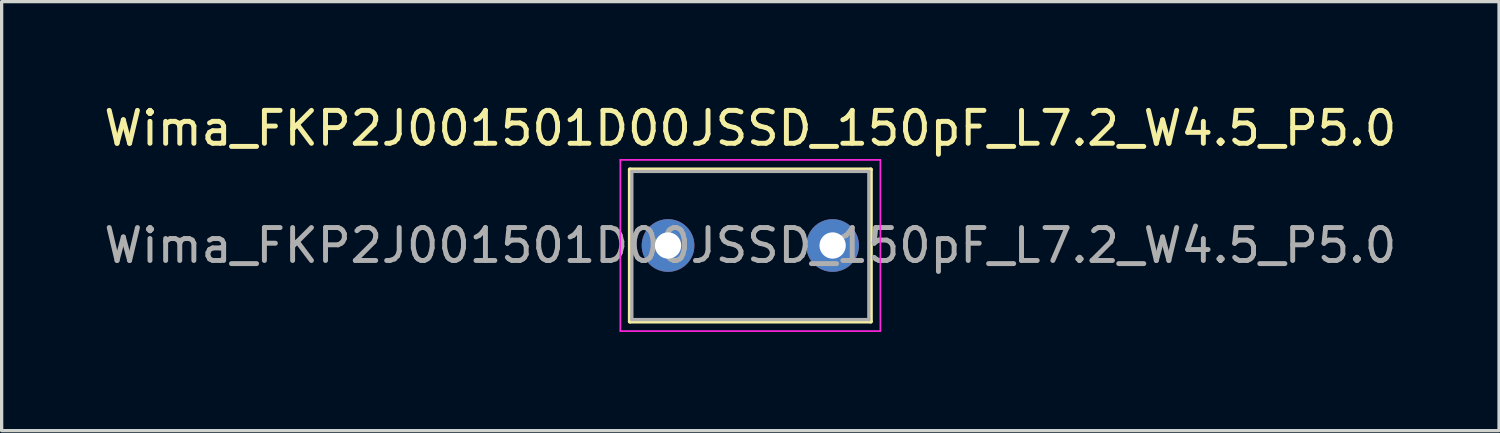
<source format=kicad_pcb>
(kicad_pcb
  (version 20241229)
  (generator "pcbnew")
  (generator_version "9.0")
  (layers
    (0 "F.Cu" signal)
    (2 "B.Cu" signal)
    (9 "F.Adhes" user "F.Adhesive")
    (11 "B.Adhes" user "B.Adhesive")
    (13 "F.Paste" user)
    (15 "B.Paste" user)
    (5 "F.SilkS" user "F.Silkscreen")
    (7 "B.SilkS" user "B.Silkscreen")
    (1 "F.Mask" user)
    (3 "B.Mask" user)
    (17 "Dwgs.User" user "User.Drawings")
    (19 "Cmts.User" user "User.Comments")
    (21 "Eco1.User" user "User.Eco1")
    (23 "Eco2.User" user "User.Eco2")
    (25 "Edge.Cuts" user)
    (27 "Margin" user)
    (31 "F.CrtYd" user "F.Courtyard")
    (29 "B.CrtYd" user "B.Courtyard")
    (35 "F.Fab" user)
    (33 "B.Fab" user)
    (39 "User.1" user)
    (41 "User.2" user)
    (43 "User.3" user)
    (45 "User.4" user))
  (footprint "Wima_FKP2J001501D00JSSD_150pF_L7.2_W4.5_P5.0"
    (layer "F.Cu")
    (at 17.244 4.408)
    (property "Reference" "Wima_FKP2J001501D00JSSD_150pF_L7.2_W4.5_P5.0" (at 2.5 -3.56 0) (layer "F.SilkS") (effects (font (size 1 1) (thickness 0.15))))
    (attr through_hole)
    (fp_line (start -1.16 -2.31) (end -1.16 2.31) (stroke (width 0.12) (type solid)) (layer "F.SilkS"))
    (fp_line (start -1.16 -2.31) (end 6.16 -2.31) (stroke (width 0.12) (type solid)) (layer "F.SilkS"))
    (fp_line (start -1.16 2.31) (end 6.16 2.31) (stroke (width 0.12) (type solid)) (layer "F.SilkS"))
    (fp_line (start 6.16 -2.31) (end 6.16 2.31) (stroke (width 0.12) (type solid)) (layer "F.SilkS"))
    (fp_line (start -1.45 -2.6) (end -1.45 2.6) (stroke (width 0.05) (type solid)) (layer "F.CrtYd"))
    (fp_line (start -1.45 2.6) (end 6.45 2.6) (stroke (width 0.05) (type solid)) (layer "F.CrtYd"))
    (fp_line (start 6.45 -2.6) (end -1.45 -2.6) (stroke (width 0.05) (type solid)) (layer "F.CrtYd"))
    (fp_line (start 6.45 2.6) (end 6.45 -2.6) (stroke (width 0.05) (type solid)) (layer "F.CrtYd"))
    (fp_line (start -1.1 -2.25) (end -1.1 2.25) (stroke (width 0.1) (type solid)) (layer "F.Fab"))
    (fp_line (start -1.1 2.25) (end 6.1 2.25) (stroke (width 0.1) (type solid)) (layer "F.Fab"))
    (fp_line (start 6.1 -2.25) (end -1.1 -2.25) (stroke (width 0.1) (type solid)) (layer "F.Fab"))
    (fp_line (start 6.1 2.25) (end 6.1 -2.25) (stroke (width 0.1) (type solid)) (layer "F.Fab"))
    (fp_text user "${REFERENCE}" (at 2.5 0 0) (layer "F.Fab") (effects (font (size 1 1) (thickness 0.15))))
    (pad "1" thru_hole circle (at 0 0) (size 1.6 1.6) (drill 0.8) (layers "*.Cu" "*.Mask"))
    (pad "2" thru_hole circle (at 5 0) (size 1.6 1.6) (drill 0.8) (layers "*.Cu" "*.Mask")))
  (gr_rect
    (start -3 -3)
    (end 42.488 10.033)
    (stroke (width 0.1) (type default))
    (fill no)
    (layer "Edge.Cuts")))
</source>
